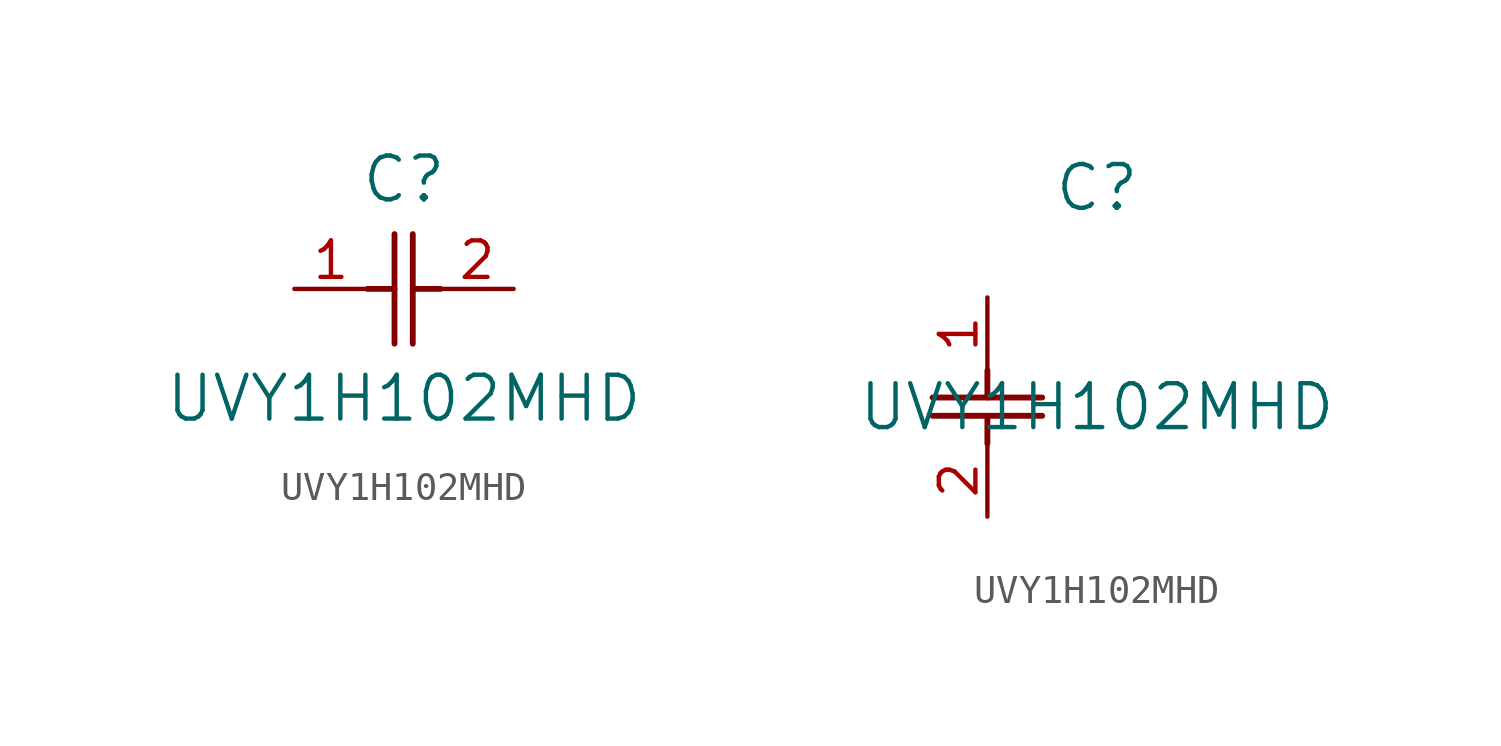
<source format=kicad_sym>
(kicad_symbol_lib
  (version 20211014)
  (generator kicad_symbol_editor)
  (symbol "UVY1H102MHD"
    (pin_names
      (offset 0.254))
    (property "Reference" "C"
      (at 3.81 3.81 0)
      (effects (font (size 1.524 1.524))))
    (property "Value" "UVY1H102MHD"
      (at 3.81 -3.81 0)
      (effects (font (size 1.524 1.524))))
    (symbol "UVY1H102MHD_1_1"
      (polyline (pts (xy 3.48 -1.905) (xy 3.48 1.905)) (stroke (width 0.203) (type default) (color 0 0 0 0)) (fill (type none)))
      (polyline (pts (xy 4.115 -1.905) (xy 4.115 1.905)) (stroke (width 0.203) (type default) (color 0 0 0 0)) (fill (type none)))
      (polyline (pts (xy 4.115 0) (xy 5.08 0)) (stroke (width 0.203) (type default) (color 0 0 0 0)) (fill (type none)))
      (polyline (pts (xy 2.54 0) (xy 3.48 0)) (stroke (width 0.203) (type default) (color 0 0 0 0)) (fill (type none)))
      (pin unspecified line (at 0 0 0) (length 2.54) (name "" (effects (font (size 1.27 1.27)))) (number "1" (effects (font (size 1.27 1.27)))))
      (pin unspecified line (at 7.62 0 180) (length 2.54) (name "" (effects (font (size 1.27 1.27)))) (number "2" (effects (font (size 1.27 1.27))))))
    (symbol "UVY1H102MHD_1_2"
      (polyline (pts (xy -1.905 -3.48) (xy 1.905 -3.48)) (stroke (width 0.203) (type default) (color 0 0 0 0)) (fill (type none)))
      (polyline (pts (xy -1.905 -4.115) (xy 1.905 -4.115)) (stroke (width 0.203) (type default) (color 0 0 0 0)) (fill (type none)))
      (polyline (pts (xy 0 -4.115) (xy 0 -5.08)) (stroke (width 0.203) (type default) (color 0 0 0 0)) (fill (type none)))
      (polyline (pts (xy 0 -2.54) (xy 0 -3.48)) (stroke (width 0.203) (type default) (color 0 0 0 0)) (fill (type none)))
      (pin unspecified line (at 0 0 270) (length 2.54) (name "" (effects (font (size 1.27 1.27)))) (number "1" (effects (font (size 1.27 1.27)))))
      (pin unspecified line (at 0 -7.62 90) (length 2.54) (name "" (effects (font (size 1.27 1.27)))) (number "2" (effects (font (size 1.27 1.27))))))))
</source>
